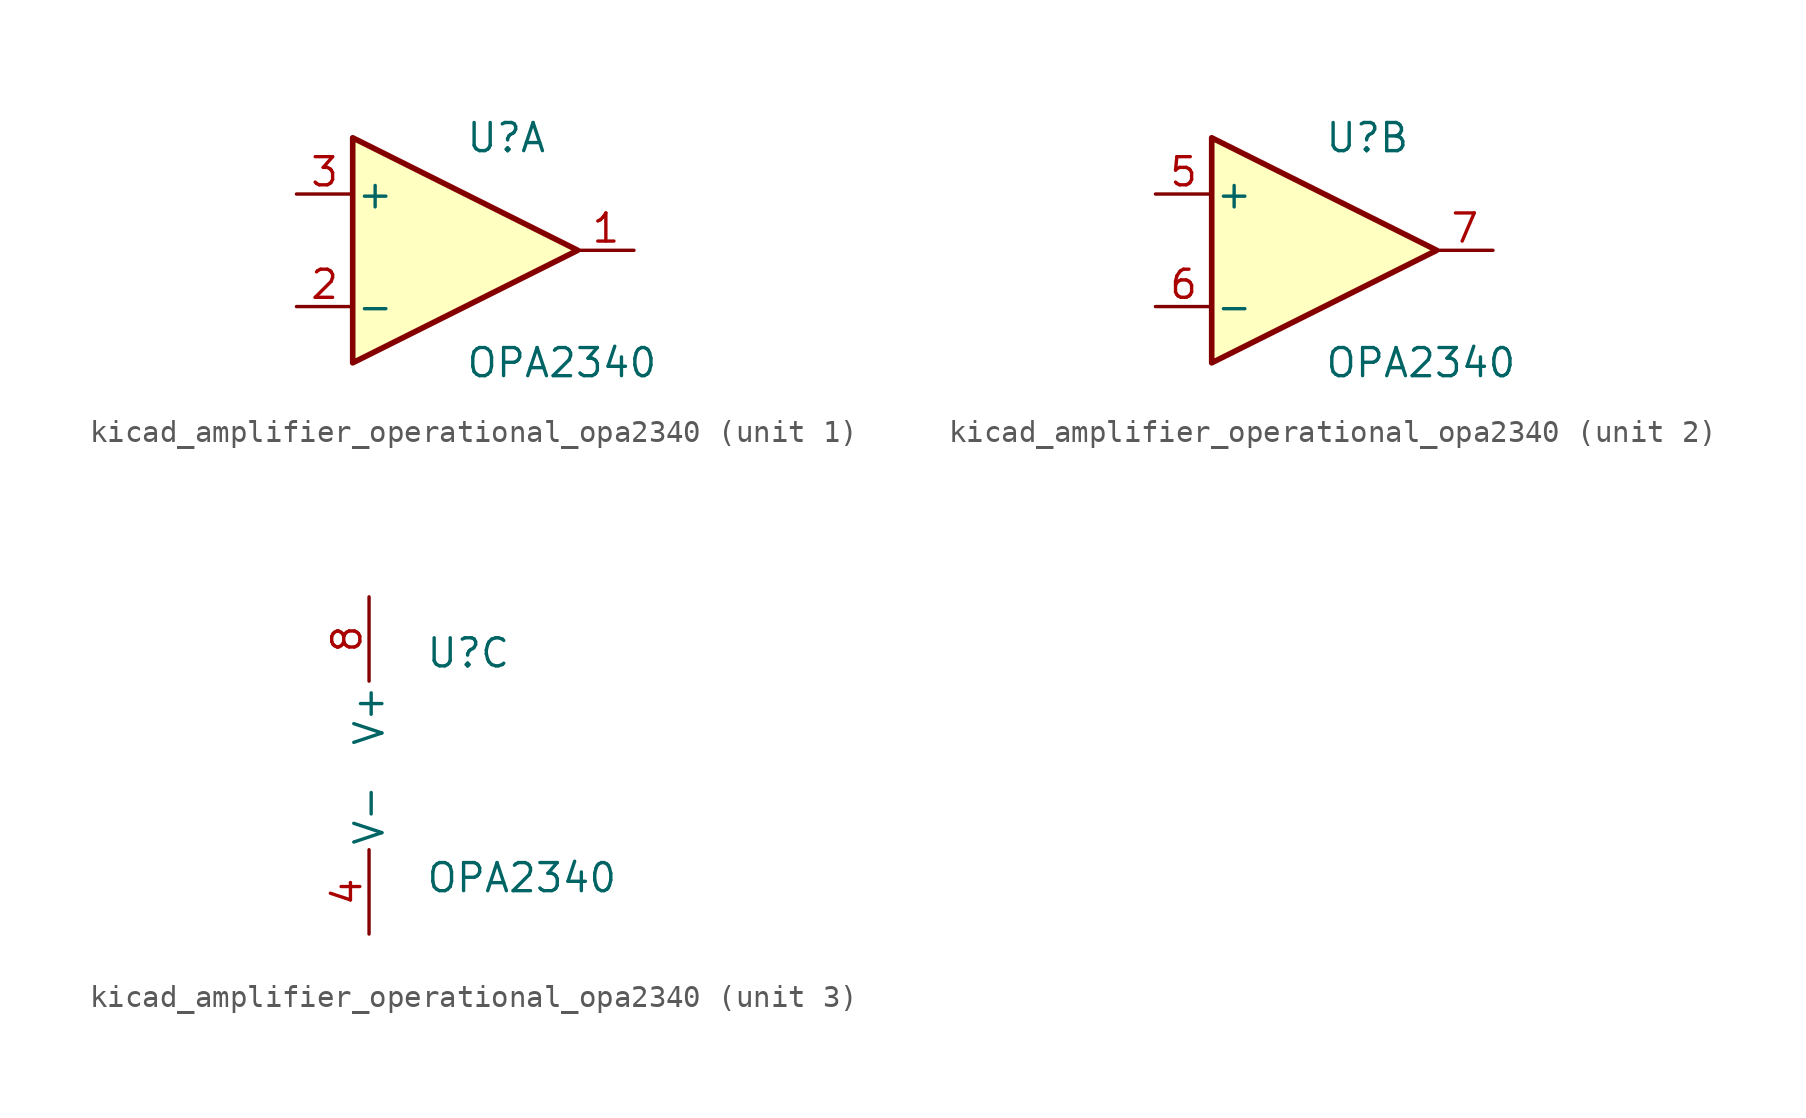
<source format=kicad_sym>
(kicad_symbol_lib
  (version 20220914)
  (generator kicad_symbol_editor)
  (symbol "kicad_amplifier_operational_opa2340"
    (pin_names
      (offset 0.127))
    (property "Reference" "U"
      (at 0 5.08 0)
      (effects (font (size 1.27 1.27)) (justify left)))
    (property "Value" "OPA2340"
      (at 0 -5.08 0)
      (effects (font (size 1.27 1.27)) (justify left)))
    (property "ki_locked" ""
      (at 0 0 0)
      (effects (font (size 1.27 1.27))))
    (symbol "kicad_amplifier_operational_opa2340_1_1"
      (polyline (pts (xy -5.08 5.08) (xy 5.08 0) (xy -5.08 -5.08) (xy -5.08 5.08)) (stroke (width 0.254) (type default)) (fill (type background)))
      (pin output line (at 7.62 0 180) (length 2.54) (name "~" (effects (font (size 1.27 1.27)))) (number "1" (effects (font (size 1.27 1.27)))))
      (pin input line (at -7.62 -2.54 0) (length 2.54) (name "-" (effects (font (size 1.27 1.27)))) (number "2" (effects (font (size 1.27 1.27)))))
      (pin input line (at -7.62 2.54 0) (length 2.54) (name "+" (effects (font (size 1.27 1.27)))) (number "3" (effects (font (size 1.27 1.27))))))
    (symbol "kicad_amplifier_operational_opa2340_2_1"
      (polyline (pts (xy -5.08 5.08) (xy 5.08 0) (xy -5.08 -5.08) (xy -5.08 5.08)) (stroke (width 0.254) (type default)) (fill (type background)))
      (pin input line (at -7.62 2.54 0) (length 2.54) (name "+" (effects (font (size 1.27 1.27)))) (number "5" (effects (font (size 1.27 1.27)))))
      (pin input line (at -7.62 -2.54 0) (length 2.54) (name "-" (effects (font (size 1.27 1.27)))) (number "6" (effects (font (size 1.27 1.27)))))
      (pin output line (at 7.62 0 180) (length 2.54) (name "~" (effects (font (size 1.27 1.27)))) (number "7" (effects (font (size 1.27 1.27))))))
    (symbol "kicad_amplifier_operational_opa2340_3_1"
      (pin power_in line (at -2.54 -7.62 90) (length 3.81) (name "V-" (effects (font (size 1.27 1.27)))) (number "4" (effects (font (size 1.27 1.27)))))
      (pin power_in line (at -2.54 7.62 270) (length 3.81) (name "V+" (effects (font (size 1.27 1.27)))) (number "8" (effects (font (size 1.27 1.27))))))))
</source>
